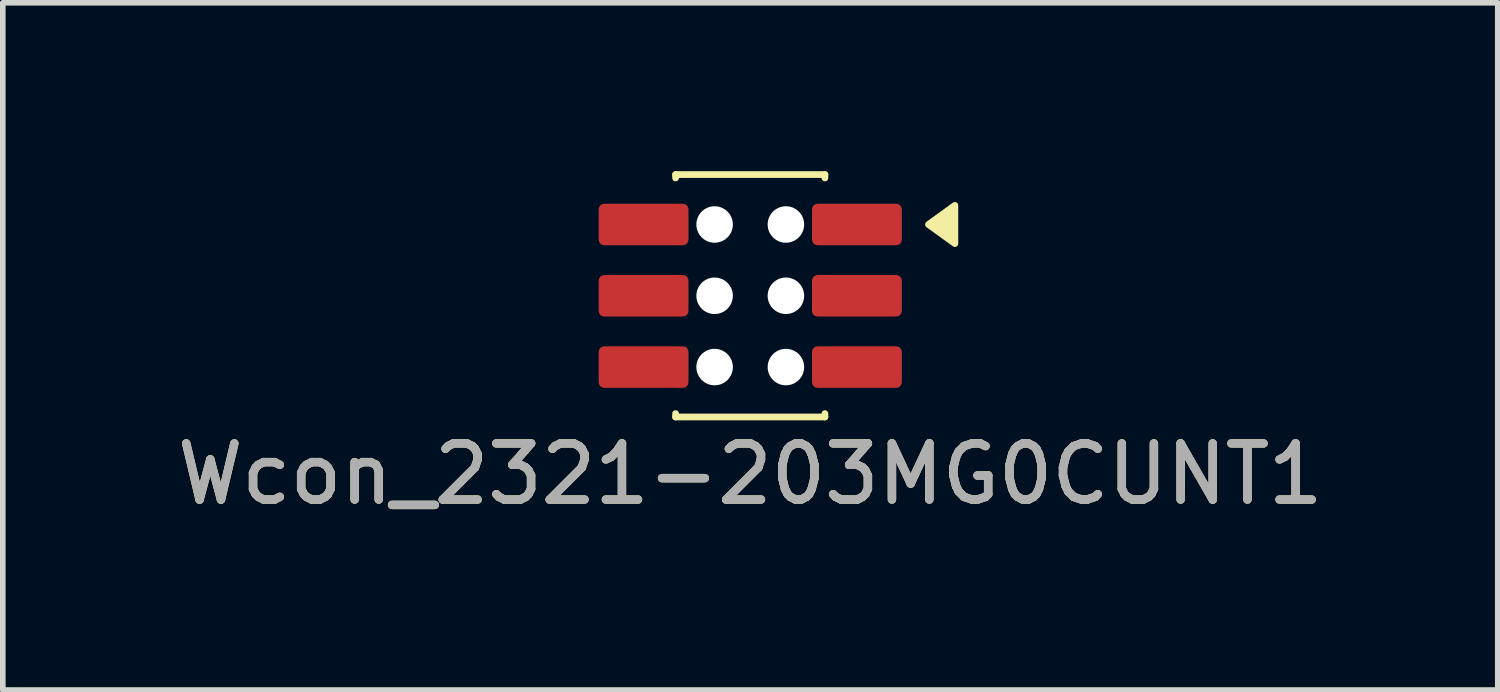
<source format=kicad_pcb>
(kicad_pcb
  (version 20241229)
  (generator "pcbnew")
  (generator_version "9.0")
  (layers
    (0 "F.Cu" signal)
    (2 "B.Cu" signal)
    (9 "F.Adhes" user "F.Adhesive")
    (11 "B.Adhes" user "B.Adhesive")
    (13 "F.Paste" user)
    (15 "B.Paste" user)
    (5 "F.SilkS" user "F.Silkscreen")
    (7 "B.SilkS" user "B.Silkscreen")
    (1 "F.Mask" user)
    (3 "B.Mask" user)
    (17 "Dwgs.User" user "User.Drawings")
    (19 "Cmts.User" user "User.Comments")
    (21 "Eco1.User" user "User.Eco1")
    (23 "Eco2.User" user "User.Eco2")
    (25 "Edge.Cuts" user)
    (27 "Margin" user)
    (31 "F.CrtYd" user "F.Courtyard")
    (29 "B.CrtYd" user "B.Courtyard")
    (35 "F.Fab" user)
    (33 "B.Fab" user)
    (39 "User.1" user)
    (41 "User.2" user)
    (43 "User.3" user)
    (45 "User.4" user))
  (footprint "Wcon_2321-203MG0CUNT1"
    (layer "F.Cu")
    (at 10.315 2.219)
    (property "Reference" "Wcon_2321-203MG0CUNT1" (at 0 3.175 0) (unlocked yes) (layer "F.SilkS") (effects (font (size 1 1) (thickness 0.15))))
    (attr smd)
    (fp_line (start -1.33 -2.159) (end -1.33 -2.099) (stroke (width 0.12) (type solid)) (layer "F.SilkS"))
    (fp_line (start -1.33 -2.159) (end 1.33 -2.159) (stroke (width 0.12) (type solid)) (layer "F.SilkS"))
    (fp_line (start -1.33 2.099) (end -1.33 2.159) (stroke (width 0.12) (type solid)) (layer "F.SilkS"))
    (fp_line (start -1.33 2.159) (end 1.33 2.159) (stroke (width 0.12) (type solid)) (layer "F.SilkS"))
    (fp_line (start 1.33 -2.159) (end 1.33 -2.099) (stroke (width 0.12) (type solid)) (layer "F.SilkS"))
    (fp_line (start 1.33 2.099) (end 1.33 2.159) (stroke (width 0.12) (type solid)) (layer "F.SilkS"))
    (fp_poly (pts (xy 3.175 -1.27) (xy 3.645 -1.61) (xy 3.645 -0.93) (xy 3.175 -1.27)) (stroke (width 0.12) (type solid)) (fill yes) (layer "F.SilkS"))
    (fp_text user "${REFERENCE}" (at 0 3.175 0) (unlocked yes) (layer "F.Fab") (effects (font (size 1 1) (thickness 0.15))))
    (pad "" np_thru_hole circle (at -0.635 -1.27) (size 0.65 0.65) (drill 0.65) (layers "*.Cu" "*.Mask"))
    (pad "" np_thru_hole circle (at -0.635 0) (size 0.65 0.65) (drill 0.65) (layers "*.Cu" "*.Mask"))
    (pad "" np_thru_hole circle (at -0.635 1.27) (size 0.65 0.65) (drill 0.65) (layers "*.Cu" "*.Mask"))
    (pad "" np_thru_hole circle (at 0.635 -1.27) (size 0.65 0.65) (drill 0.65) (layers "*.Cu" "*.Mask"))
    (pad "" np_thru_hole circle (at 0.635 0) (size 0.65 0.65) (drill 0.65) (layers "*.Cu" "*.Mask"))
    (pad "" np_thru_hole circle (at 0.635 1.27) (size 0.65 0.65) (drill 0.65) (layers "*.Cu" "*.Mask"))
    (pad "1" smd roundrect (at 1.9 -1.27) (size 1.6 0.74) (layers "F.Cu" "F.Mask" "F.Paste") (roundrect_rratio 0.135))
    (pad "2" smd roundrect (at -1.9 -1.27) (size 1.6 0.74) (layers "F.Cu" "F.Mask" "F.Paste") (roundrect_rratio 0.135))
    (pad "3" smd roundrect (at 1.9 0) (size 1.6 0.74) (layers "F.Cu" "F.Mask" "F.Paste") (roundrect_rratio 0.135))
    (pad "4" smd roundrect (at -1.9 0) (size 1.6 0.74) (layers "F.Cu" "F.Mask" "F.Paste") (roundrect_rratio 0.135))
    (pad "5" smd roundrect (at 1.9 1.27) (size 1.6 0.74) (layers "F.Cu" "F.Mask" "F.Paste") (roundrect_rratio 0.135))
    (pad "6" smd roundrect (at -1.9 1.27) (size 1.6 0.74) (layers "F.Cu" "F.Mask" "F.Paste") (roundrect_rratio 0.135)))
  (gr_rect
    (start -3 -3)
    (end 23.631 9.242)
    (stroke (width 0.1) (type default))
    (fill no)
    (layer "Edge.Cuts")))
</source>
